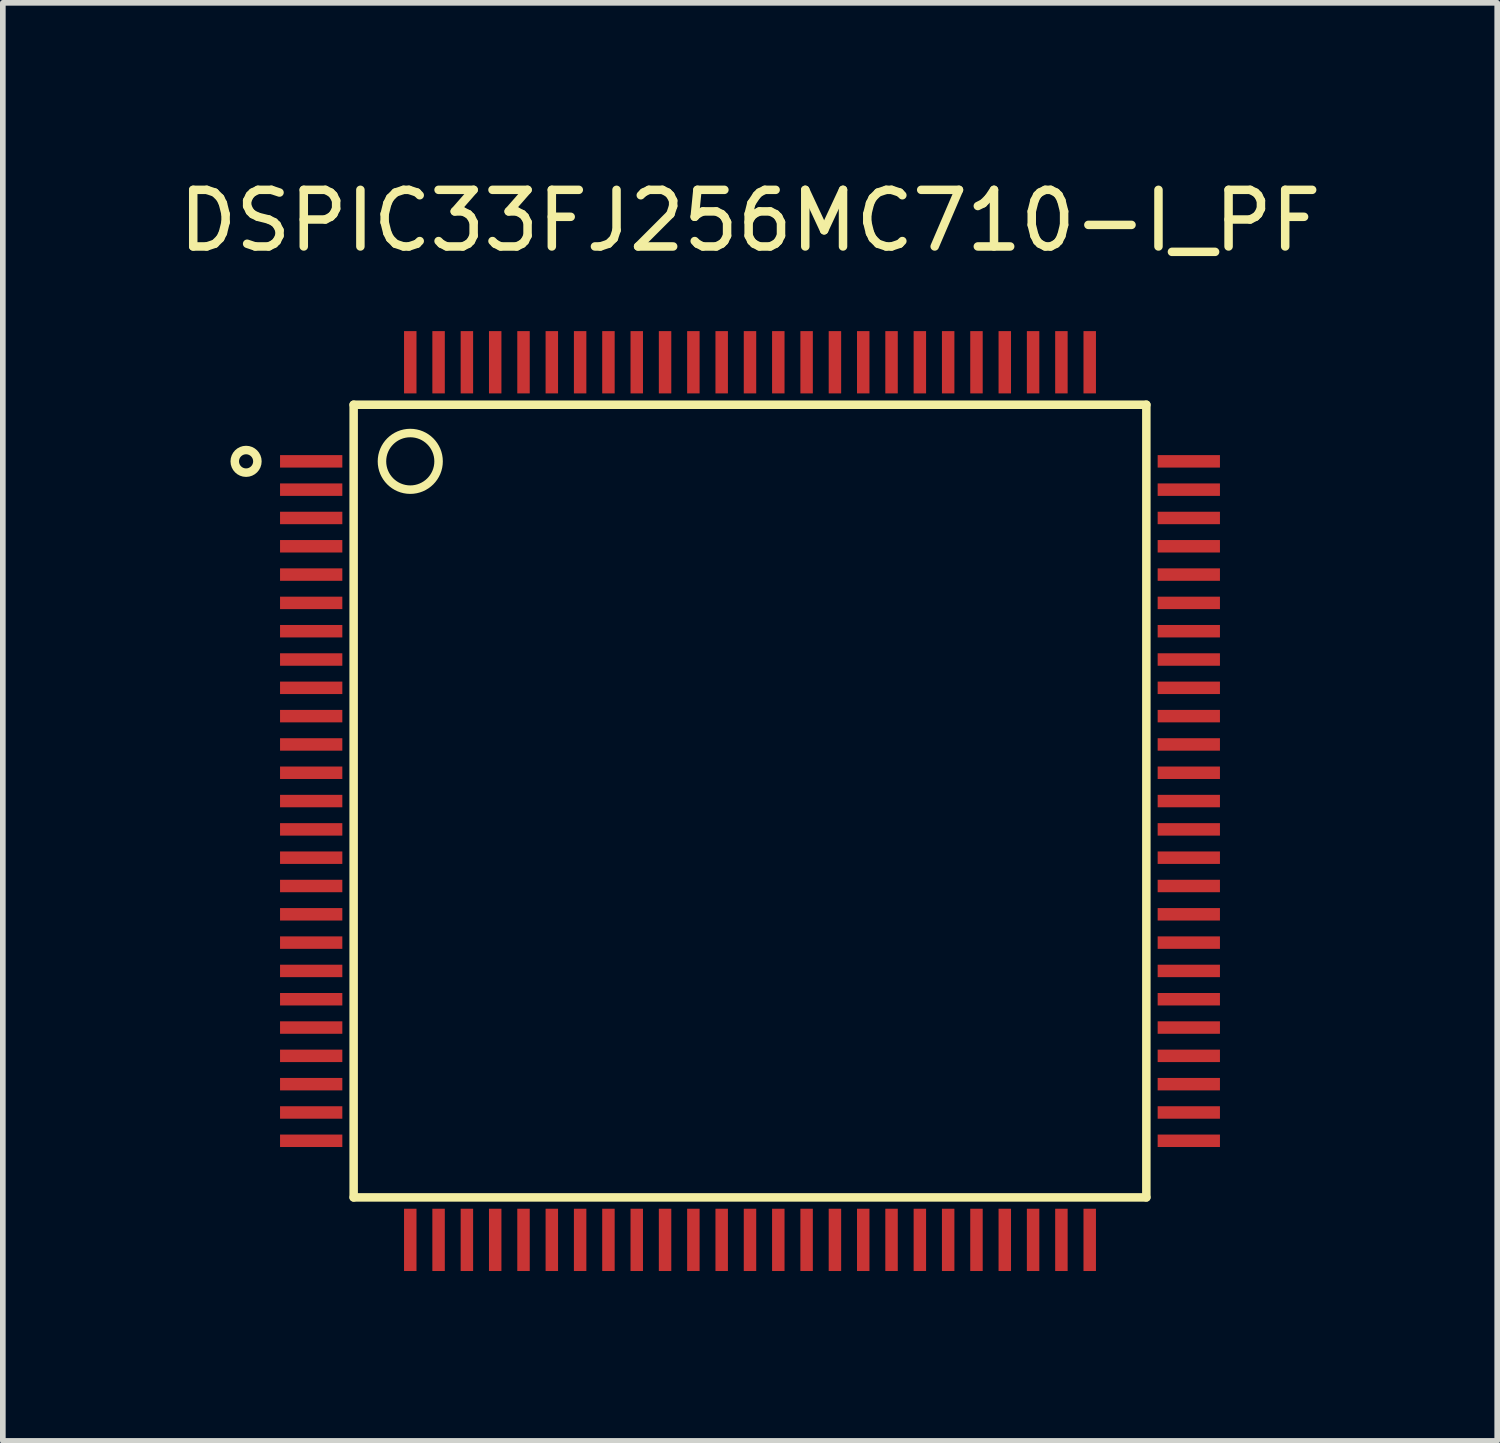
<source format=kicad_pcb>
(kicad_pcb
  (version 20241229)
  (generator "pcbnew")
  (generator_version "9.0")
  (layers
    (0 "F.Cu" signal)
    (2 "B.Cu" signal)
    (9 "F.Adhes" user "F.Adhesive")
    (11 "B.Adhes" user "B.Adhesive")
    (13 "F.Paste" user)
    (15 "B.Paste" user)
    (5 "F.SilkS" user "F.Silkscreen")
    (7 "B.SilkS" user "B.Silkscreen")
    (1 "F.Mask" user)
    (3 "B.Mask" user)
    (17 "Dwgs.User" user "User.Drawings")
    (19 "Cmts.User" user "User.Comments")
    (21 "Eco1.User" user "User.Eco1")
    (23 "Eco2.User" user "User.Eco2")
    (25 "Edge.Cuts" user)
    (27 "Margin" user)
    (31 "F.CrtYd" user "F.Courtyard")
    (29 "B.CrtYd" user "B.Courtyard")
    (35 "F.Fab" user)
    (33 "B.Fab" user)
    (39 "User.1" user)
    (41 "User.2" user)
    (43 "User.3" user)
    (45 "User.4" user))
  (footprint "DSPIC33FJ256MC710-I_PF"
    (layer "F.Cu")
    (at 2.446 3.348)
    (property "Reference" "DSPIC33FJ256MC710-I_PF" (at 7.75 -2.5 0) (layer "F.SilkS") (effects (font (size 1 1) (thickness 0.15))))
    (attr through_hole)
    (fp_line (start 0.75 0.75) (end 0.75 14.75) (stroke (width 0.15) (type solid)) (layer "F.SilkS"))
    (fp_line (start 0.75 0.75) (end 14.75 0.75) (stroke (width 0.15) (type solid)) (layer "F.SilkS"))
    (fp_line (start 0.75 14.75) (end 14.75 14.75) (stroke (width 0.15) (type solid)) (layer "F.SilkS"))
    (fp_line (start 14.75 14.75) (end 14.75 0.75) (stroke (width 0.15) (type solid)) (layer "F.SilkS"))
    (fp_circle (center -1.15 1.75) (end -1.15 1.55) (stroke (width 0.15) (type solid)) (fill no) (layer "F.SilkS"))
    (fp_circle (center 1.75 1.75) (end 1.75 1.25) (stroke (width 0.15) (type solid)) (fill no) (layer "F.SilkS"))
    (pad "1" smd rect (at 0 1.75) (size 1.1 0.22) (layers "F.Cu" "F.Mask" "F.Paste"))
    (pad "2" smd rect (at 0 2.25) (size 1.1 0.22) (layers "F.Cu" "F.Mask" "F.Paste"))
    (pad "3" smd rect (at 0 2.75) (size 1.1 0.22) (layers "F.Cu" "F.Mask" "F.Paste"))
    (pad "4" smd rect (at 0 3.25) (size 1.1 0.22) (layers "F.Cu" "F.Mask" "F.Paste"))
    (pad "5" smd rect (at 0 3.75) (size 1.1 0.22) (layers "F.Cu" "F.Mask" "F.Paste"))
    (pad "6" smd rect (at 0 4.25) (size 1.1 0.22) (layers "F.Cu" "F.Mask" "F.Paste"))
    (pad "7" smd rect (at 0 4.75) (size 1.1 0.22) (layers "F.Cu" "F.Mask" "F.Paste"))
    (pad "8" smd rect (at 0 5.25) (size 1.1 0.22) (layers "F.Cu" "F.Mask" "F.Paste"))
    (pad "9" smd rect (at 0 5.75) (size 1.1 0.22) (layers "F.Cu" "F.Mask" "F.Paste"))
    (pad "10" smd rect (at 0 6.25) (size 1.1 0.22) (layers "F.Cu" "F.Mask" "F.Paste"))
    (pad "11" smd rect (at 0 6.75) (size 1.1 0.22) (layers "F.Cu" "F.Mask" "F.Paste"))
    (pad "12" smd rect (at 0 7.25) (size 1.1 0.22) (layers "F.Cu" "F.Mask" "F.Paste"))
    (pad "13" smd rect (at 0 7.75) (size 1.1 0.22) (layers "F.Cu" "F.Mask" "F.Paste"))
    (pad "14" smd rect (at 0 8.25) (size 1.1 0.22) (layers "F.Cu" "F.Mask" "F.Paste"))
    (pad "15" smd rect (at 0 8.75) (size 1.1 0.22) (layers "F.Cu" "F.Mask" "F.Paste"))
    (pad "16" smd rect (at 0 9.25) (size 1.1 0.22) (layers "F.Cu" "F.Mask" "F.Paste"))
    (pad "17" smd rect (at 0 9.75) (size 1.1 0.22) (layers "F.Cu" "F.Mask" "F.Paste"))
    (pad "18" smd rect (at 0 10.25) (size 1.1 0.22) (layers "F.Cu" "F.Mask" "F.Paste"))
    (pad "19" smd rect (at 0 10.75) (size 1.1 0.22) (layers "F.Cu" "F.Mask" "F.Paste"))
    (pad "20" smd rect (at 0 11.25) (size 1.1 0.22) (layers "F.Cu" "F.Mask" "F.Paste"))
    (pad "21" smd rect (at 0 11.75) (size 1.1 0.22) (layers "F.Cu" "F.Mask" "F.Paste"))
    (pad "22" smd rect (at 0 12.25) (size 1.1 0.22) (layers "F.Cu" "F.Mask" "F.Paste"))
    (pad "23" smd rect (at 0 12.75) (size 1.1 0.22) (layers "F.Cu" "F.Mask" "F.Paste"))
    (pad "24" smd rect (at 0 13.25) (size 1.1 0.22) (layers "F.Cu" "F.Mask" "F.Paste"))
    (pad "25" smd rect (at 0 13.75) (size 1.1 0.22) (layers "F.Cu" "F.Mask" "F.Paste"))
    (pad "26" smd rect (at 1.75 15.5) (size 0.22 1.1) (layers "F.Cu" "F.Mask" "F.Paste"))
    (pad "27" smd rect (at 2.25 15.5) (size 0.22 1.1) (layers "F.Cu" "F.Mask" "F.Paste"))
    (pad "28" smd rect (at 2.75 15.5) (size 0.22 1.1) (layers "F.Cu" "F.Mask" "F.Paste"))
    (pad "29" smd rect (at 3.25 15.5) (size 0.22 1.1) (layers "F.Cu" "F.Mask" "F.Paste"))
    (pad "30" smd rect (at 3.75 15.5) (size 0.22 1.1) (layers "F.Cu" "F.Mask" "F.Paste"))
    (pad "31" smd rect (at 4.25 15.5) (size 0.22 1.1) (layers "F.Cu" "F.Mask" "F.Paste"))
    (pad "32" smd rect (at 4.75 15.5) (size 0.22 1.1) (layers "F.Cu" "F.Mask" "F.Paste"))
    (pad "33" smd rect (at 5.25 15.5) (size 0.22 1.1) (layers "F.Cu" "F.Mask" "F.Paste"))
    (pad "34" smd rect (at 5.75 15.5) (size 0.22 1.1) (layers "F.Cu" "F.Mask" "F.Paste"))
    (pad "35" smd rect (at 6.25 15.5) (size 0.22 1.1) (layers "F.Cu" "F.Mask" "F.Paste"))
    (pad "36" smd rect (at 6.75 15.5) (size 0.22 1.1) (layers "F.Cu" "F.Mask" "F.Paste"))
    (pad "37" smd rect (at 7.25 15.5) (size 0.22 1.1) (layers "F.Cu" "F.Mask" "F.Paste"))
    (pad "38" smd rect (at 7.75 15.5) (size 0.22 1.1) (layers "F.Cu" "F.Mask" "F.Paste"))
    (pad "39" smd rect (at 8.25 15.5) (size 0.22 1.1) (layers "F.Cu" "F.Mask" "F.Paste"))
    (pad "40" smd rect (at 8.75 15.5) (size 0.22 1.1) (layers "F.Cu" "F.Mask" "F.Paste"))
    (pad "41" smd rect (at 9.25 15.5) (size 0.22 1.1) (layers "F.Cu" "F.Mask" "F.Paste"))
    (pad "42" smd rect (at 9.75 15.5) (size 0.22 1.1) (layers "F.Cu" "F.Mask" "F.Paste"))
    (pad "43" smd rect (at 10.25 15.5) (size 0.22 1.1) (layers "F.Cu" "F.Mask" "F.Paste"))
    (pad "44" smd rect (at 10.75 15.5) (size 0.22 1.1) (layers "F.Cu" "F.Mask" "F.Paste"))
    (pad "45" smd rect (at 11.25 15.5) (size 0.22 1.1) (layers "F.Cu" "F.Mask" "F.Paste"))
    (pad "46" smd rect (at 11.75 15.5) (size 0.22 1.1) (layers "F.Cu" "F.Mask" "F.Paste"))
    (pad "47" smd rect (at 12.25 15.5) (size 0.22 1.1) (layers "F.Cu" "F.Mask" "F.Paste"))
    (pad "48" smd rect (at 12.75 15.5) (size 0.22 1.1) (layers "F.Cu" "F.Mask" "F.Paste"))
    (pad "49" smd rect (at 13.25 15.5) (size 0.22 1.1) (layers "F.Cu" "F.Mask" "F.Paste"))
    (pad "50" smd rect (at 13.75 15.5) (size 0.22 1.1) (layers "F.Cu" "F.Mask" "F.Paste"))
    (pad "51" smd rect (at 15.5 13.75) (size 1.1 0.22) (layers "F.Cu" "F.Mask" "F.Paste"))
    (pad "52" smd rect (at 15.5 13.25) (size 1.1 0.22) (layers "F.Cu" "F.Mask" "F.Paste"))
    (pad "53" smd rect (at 15.5 12.75) (size 1.1 0.22) (layers "F.Cu" "F.Mask" "F.Paste"))
    (pad "54" smd rect (at 15.5 12.25) (size 1.1 0.22) (layers "F.Cu" "F.Mask" "F.Paste"))
    (pad "55" smd rect (at 15.5 11.75) (size 1.1 0.22) (layers "F.Cu" "F.Mask" "F.Paste"))
    (pad "56" smd rect (at 15.5 11.25) (size 1.1 0.22) (layers "F.Cu" "F.Mask" "F.Paste"))
    (pad "57" smd rect (at 15.5 10.75) (size 1.1 0.22) (layers "F.Cu" "F.Mask" "F.Paste"))
    (pad "58" smd rect (at 15.5 10.25) (size 1.1 0.22) (layers "F.Cu" "F.Mask" "F.Paste"))
    (pad "59" smd rect (at 15.5 9.75) (size 1.1 0.22) (layers "F.Cu" "F.Mask" "F.Paste"))
    (pad "60" smd rect (at 15.5 9.25) (size 1.1 0.22) (layers "F.Cu" "F.Mask" "F.Paste"))
    (pad "61" smd rect (at 15.5 8.75) (size 1.1 0.22) (layers "F.Cu" "F.Mask" "F.Paste"))
    (pad "62" smd rect (at 15.5 8.25) (size 1.1 0.22) (layers "F.Cu" "F.Mask" "F.Paste"))
    (pad "63" smd rect (at 15.5 7.75) (size 1.1 0.22) (layers "F.Cu" "F.Mask" "F.Paste"))
    (pad "64" smd rect (at 15.5 7.25) (size 1.1 0.22) (layers "F.Cu" "F.Mask" "F.Paste"))
    (pad "65" smd rect (at 15.5 6.75) (size 1.1 0.22) (layers "F.Cu" "F.Mask" "F.Paste"))
    (pad "66" smd rect (at 15.5 6.25) (size 1.1 0.22) (layers "F.Cu" "F.Mask" "F.Paste"))
    (pad "67" smd rect (at 15.5 5.75) (size 1.1 0.22) (layers "F.Cu" "F.Mask" "F.Paste"))
    (pad "68" smd rect (at 15.5 5.25) (size 1.1 0.22) (layers "F.Cu" "F.Mask" "F.Paste"))
    (pad "69" smd rect (at 15.5 4.75) (size 1.1 0.22) (layers "F.Cu" "F.Mask" "F.Paste"))
    (pad "70" smd rect (at 15.5 4.25) (size 1.1 0.22) (layers "F.Cu" "F.Mask" "F.Paste"))
    (pad "71" smd rect (at 15.5 3.75) (size 1.1 0.22) (layers "F.Cu" "F.Mask" "F.Paste"))
    (pad "72" smd rect (at 15.5 3.25) (size 1.1 0.22) (layers "F.Cu" "F.Mask" "F.Paste"))
    (pad "73" smd rect (at 15.5 2.75) (size 1.1 0.22) (layers "F.Cu" "F.Mask" "F.Paste"))
    (pad "74" smd rect (at 15.5 2.25) (size 1.1 0.22) (layers "F.Cu" "F.Mask" "F.Paste"))
    (pad "75" smd rect (at 15.5 1.75) (size 1.1 0.22) (layers "F.Cu" "F.Mask" "F.Paste"))
    (pad "76" smd rect (at 13.75 0) (size 0.22 1.1) (layers "F.Cu" "F.Mask" "F.Paste"))
    (pad "77" smd rect (at 13.25 0) (size 0.22 1.1) (layers "F.Cu" "F.Mask" "F.Paste"))
    (pad "78" smd rect (at 12.75 0) (size 0.22 1.1) (layers "F.Cu" "F.Mask" "F.Paste"))
    (pad "79" smd rect (at 12.25 0) (size 0.22 1.1) (layers "F.Cu" "F.Mask" "F.Paste"))
    (pad "80" smd rect (at 11.75 0) (size 0.22 1.1) (layers "F.Cu" "F.Mask" "F.Paste"))
    (pad "81" smd rect (at 11.25 0) (size 0.22 1.1) (layers "F.Cu" "F.Mask" "F.Paste"))
    (pad "82" smd rect (at 10.75 0) (size 0.22 1.1) (layers "F.Cu" "F.Mask" "F.Paste"))
    (pad "83" smd rect (at 10.25 0) (size 0.22 1.1) (layers "F.Cu" "F.Mask" "F.Paste"))
    (pad "84" smd rect (at 9.75 0) (size 0.22 1.1) (layers "F.Cu" "F.Mask" "F.Paste"))
    (pad "85" smd rect (at 9.25 0) (size 0.22 1.1) (layers "F.Cu" "F.Mask" "F.Paste"))
    (pad "86" smd rect (at 8.75 0) (size 0.22 1.1) (layers "F.Cu" "F.Mask" "F.Paste"))
    (pad "87" smd rect (at 8.25 0) (size 0.22 1.1) (layers "F.Cu" "F.Mask" "F.Paste"))
    (pad "88" smd rect (at 7.75 0) (size 0.22 1.1) (layers "F.Cu" "F.Mask" "F.Paste"))
    (pad "89" smd rect (at 7.25 0) (size 0.22 1.1) (layers "F.Cu" "F.Mask" "F.Paste"))
    (pad "90" smd rect (at 6.75 0) (size 0.22 1.1) (layers "F.Cu" "F.Mask" "F.Paste"))
    (pad "91" smd rect (at 6.25 0) (size 0.22 1.1) (layers "F.Cu" "F.Mask" "F.Paste"))
    (pad "92" smd rect (at 5.75 0) (size 0.22 1.1) (layers "F.Cu" "F.Mask" "F.Paste"))
    (pad "93" smd rect (at 5.25 0) (size 0.22 1.1) (layers "F.Cu" "F.Mask" "F.Paste"))
    (pad "94" smd rect (at 4.75 0) (size 0.22 1.1) (layers "F.Cu" "F.Mask" "F.Paste"))
    (pad "95" smd rect (at 4.25 0) (size 0.22 1.1) (layers "F.Cu" "F.Mask" "F.Paste"))
    (pad "96" smd rect (at 3.75 0) (size 0.22 1.1) (layers "F.Cu" "F.Mask" "F.Paste"))
    (pad "97" smd rect (at 3.25 0) (size 0.22 1.1) (layers "F.Cu" "F.Mask" "F.Paste"))
    (pad "98" smd rect (at 2.75 0) (size 0.22 1.1) (layers "F.Cu" "F.Mask" "F.Paste"))
    (pad "99" smd rect (at 2.25 0) (size 0.22 1.1) (layers "F.Cu" "F.Mask" "F.Paste"))
    (pad "100" smd rect (at 1.75 0) (size 0.22 1.1) (layers "F.Cu" "F.Mask" "F.Paste")))
  (gr_rect
    (start -3 -3)
    (end 23.393 22.398)
    (stroke (width 0.1) (type default))
    (fill no)
    (layer "Edge.Cuts")))
</source>
